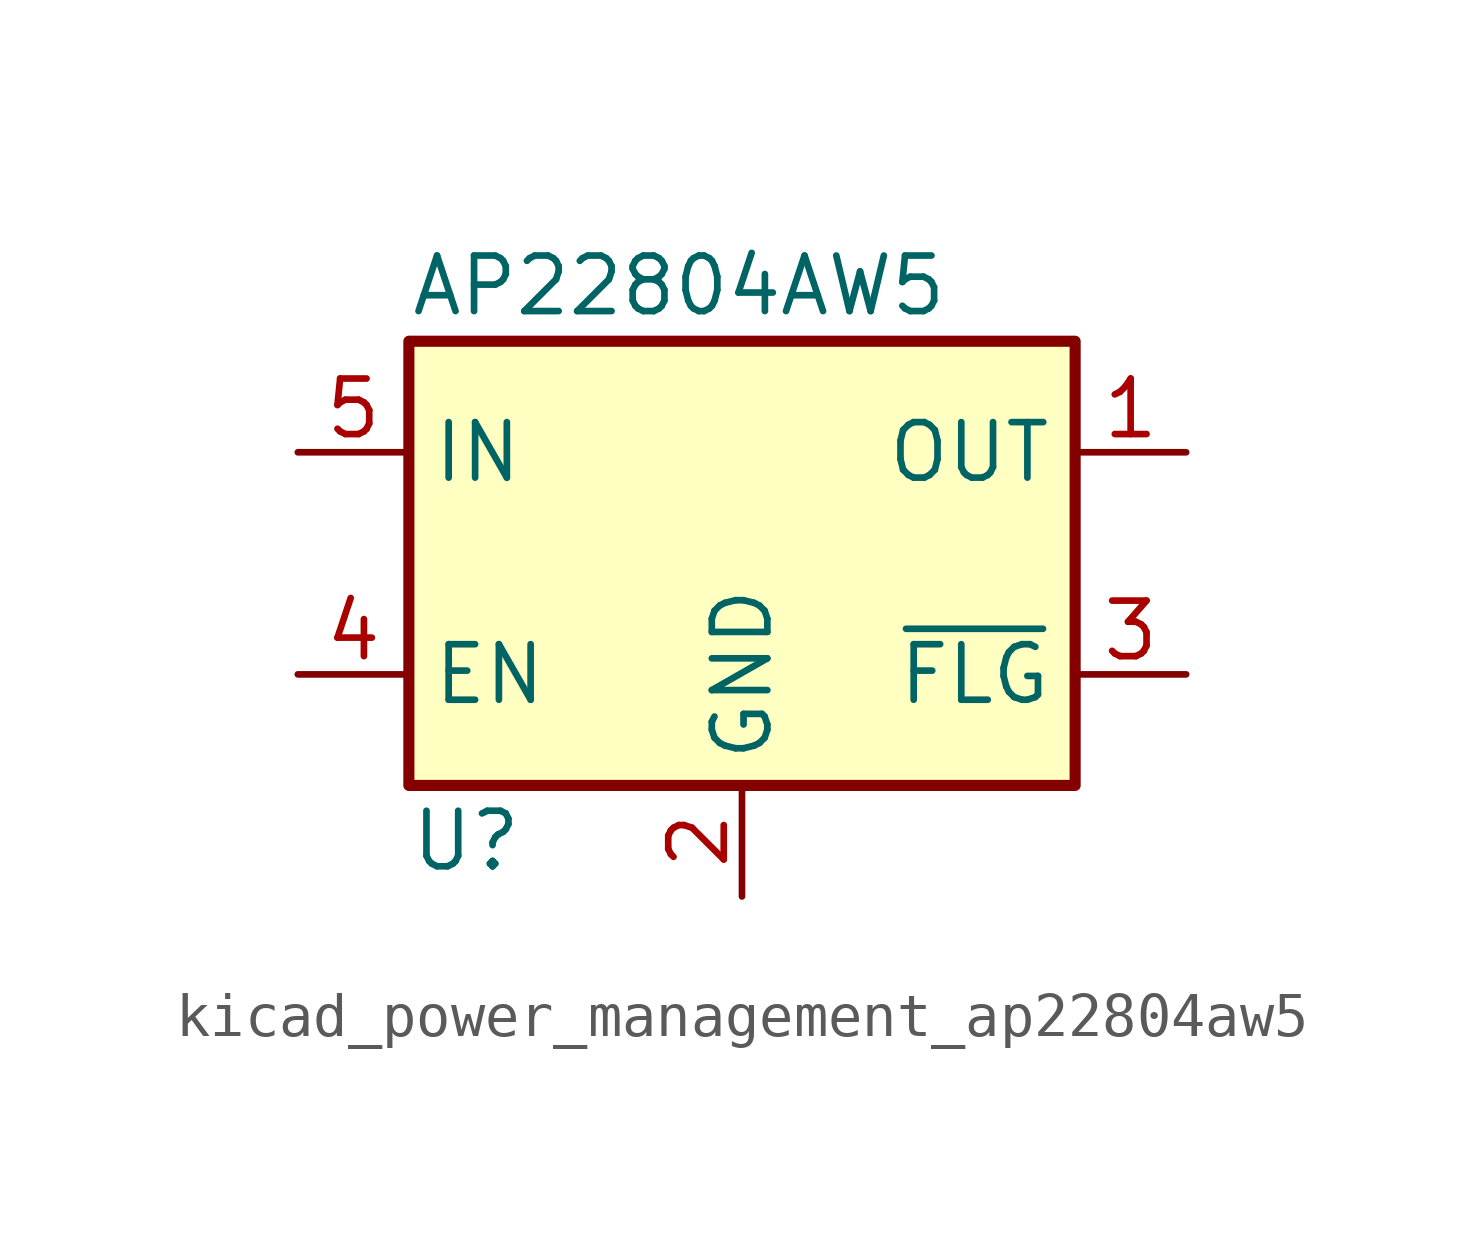
<source format=kicad_sym>
(kicad_symbol_lib
  (version 20220914)
  (generator kicad_symbol_editor)
  (symbol "kicad_power_management_ap22804aw5"
    (property "Reference" "U"
      (at -7.62 -6.35 0)
      (effects (font (size 1.27 1.27)) (justify left)))
    (property "Value" "AP22804AW5"
      (at -7.62 6.35 0)
      (effects (font (size 1.27 1.27)) (justify left)))
    (symbol "kicad_power_management_ap22804aw5_0_1"
      (rectangle (start -7.62 5.08) (end 7.62 -5.08) (stroke (width 0.254) (type default)) (fill (type background))))
    (symbol "kicad_power_management_ap22804aw5_1_1"
      (pin power_out line (at 10.16 2.54 180) (length 2.54) (name "OUT" (effects (font (size 1.27 1.27)))) (number "1" (effects (font (size 1.27 1.27)))))
      (pin power_in line (at 0 -7.62 90) (length 2.54) (name "GND" (effects (font (size 1.27 1.27)))) (number "2" (effects (font (size 1.27 1.27)))))
      (pin open_collector line (at 10.16 -2.54 180) (length 2.54) (name "~{FLG}" (effects (font (size 1.27 1.27)))) (number "3" (effects (font (size 1.27 1.27)))))
      (pin input line (at -10.16 -2.54 0) (length 2.54) (name "EN" (effects (font (size 1.27 1.27)))) (number "4" (effects (font (size 1.27 1.27)))))
      (pin power_in line (at -10.16 2.54 0) (length 2.54) (name "IN" (effects (font (size 1.27 1.27)))) (number "5" (effects (font (size 1.27 1.27))))))))
</source>
